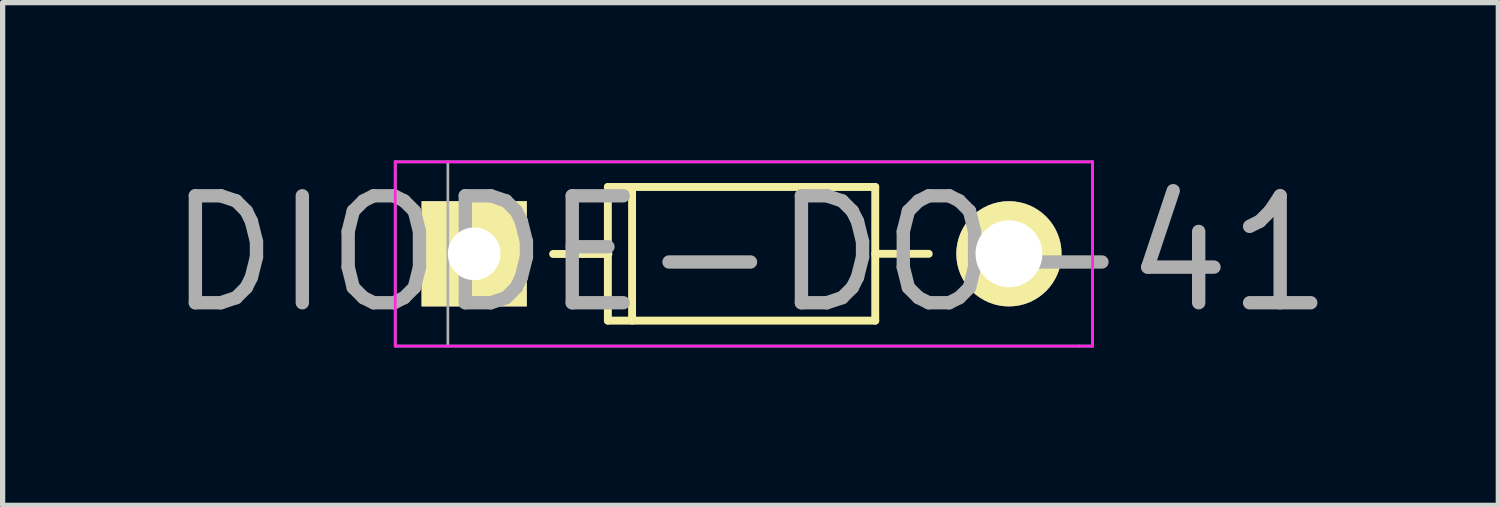
<source format=kicad_pcb>
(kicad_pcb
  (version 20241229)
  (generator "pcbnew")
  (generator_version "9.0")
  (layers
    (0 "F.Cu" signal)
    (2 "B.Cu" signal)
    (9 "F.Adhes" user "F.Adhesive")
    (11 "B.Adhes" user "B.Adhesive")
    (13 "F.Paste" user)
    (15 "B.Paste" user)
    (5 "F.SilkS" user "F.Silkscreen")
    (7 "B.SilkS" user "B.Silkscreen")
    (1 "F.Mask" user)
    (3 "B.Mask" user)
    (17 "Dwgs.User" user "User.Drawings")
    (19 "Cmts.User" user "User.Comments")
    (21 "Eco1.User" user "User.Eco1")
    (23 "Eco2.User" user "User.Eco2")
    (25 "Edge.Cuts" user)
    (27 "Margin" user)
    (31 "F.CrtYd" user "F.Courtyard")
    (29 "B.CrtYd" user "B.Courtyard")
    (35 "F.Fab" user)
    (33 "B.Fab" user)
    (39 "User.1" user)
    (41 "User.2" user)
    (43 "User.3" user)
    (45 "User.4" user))
  (footprint "DIODE-DO-41"
    (layer "F.Cu")
    (at 5.959 1.775)
    (property "Reference" "DIODE-DO-41" (at 5.25 0 0) (layer "F.Fab") (effects (font (size 2.032 2.032) (thickness 0.254))))
    (attr through_hole)
    (fp_line (start 2.54 -1.273) (end 7.62 -1.273) (stroke (width 0.15) (type solid)) (layer "F.SilkS"))
    (fp_line (start 2.54 1.267) (end 2.54 -1.273) (stroke (width 0.15) (type solid)) (layer "F.SilkS"))
    (fp_line (start 2.55 0) (end 1.5 0) (stroke (width 0.15) (type solid)) (layer "F.SilkS"))
    (fp_line (start 3 -1.273) (end 3 1.267) (stroke (width 0.15) (type solid)) (layer "F.SilkS"))
    (fp_line (start 7.62 -1.273) (end 7.62 1.267) (stroke (width 0.15) (type solid)) (layer "F.SilkS"))
    (fp_line (start 7.62 -0.003) (end 8.636 -0.003) (stroke (width 0.15) (type solid)) (layer "F.SilkS"))
    (fp_line (start 7.62 1.267) (end 2.54 1.267) (stroke (width 0.15) (type solid)) (layer "F.SilkS"))
    (fp_line (start -1.5 -1.75) (end 11.5 -1.75) (stroke (width 0.051) (type solid)) (layer "F.CrtYd"))
    (fp_line (start -1.5 1.75) (end -1.5 -1.75) (stroke (width 0.051) (type solid)) (layer "F.CrtYd"))
    (fp_line (start 11.5 -1.75) (end 11.75 -1.75) (stroke (width 0.051) (type solid)) (layer "F.CrtYd"))
    (fp_line (start 11.75 -1.75) (end 11.75 1.75) (stroke (width 0.051) (type solid)) (layer "F.CrtYd"))
    (fp_line (start 11.75 1.75) (end -1.5 1.75) (stroke (width 0.051) (type solid)) (layer "F.CrtYd"))
    (fp_line (start -1.5 -1.75) (end -1.5 -1.5) (stroke (width 0.051) (type solid)) (layer "F.Fab"))
    (fp_line (start -1.5 -1.5) (end -1.5 1.75) (stroke (width 0.051) (type solid)) (layer "F.Fab"))
    (fp_line (start -1.5 1.75) (end 11.5 1.75) (stroke (width 0.051) (type solid)) (layer "F.Fab"))
    (fp_line (start -0.5 -1.75) (end -0.5 1.75) (stroke (width 0.051) (type solid)) (layer "F.Fab"))
    (fp_line (start 11.5 1.75) (end 11.75 1.75) (stroke (width 0.051) (type solid)) (layer "F.Fab"))
    (fp_line (start 11.75 -1.75) (end -1.5 -1.75) (stroke (width 0.051) (type solid)) (layer "F.Fab"))
    (fp_line (start 11.75 1.75) (end 11.75 -1.75) (stroke (width 0.051) (type solid)) (layer "F.Fab"))
    (pad "1" thru_hole rect (at 0 -0.003 180) (size 1.999 1.999) (drill 1.001) (layers "*.Cu" "*.Mask" "F.SilkS"))
    (pad "2" thru_hole circle (at 10.16 -0.003 180) (size 1.999 1.999) (drill 1.27) (layers "*.Cu" "*.Mask" "F.SilkS")))
  (gr_rect
    (start -3 -3)
    (end 25.417 6.551)
    (stroke (width 0.1) (type default))
    (fill no)
    (layer "Edge.Cuts")))
</source>
